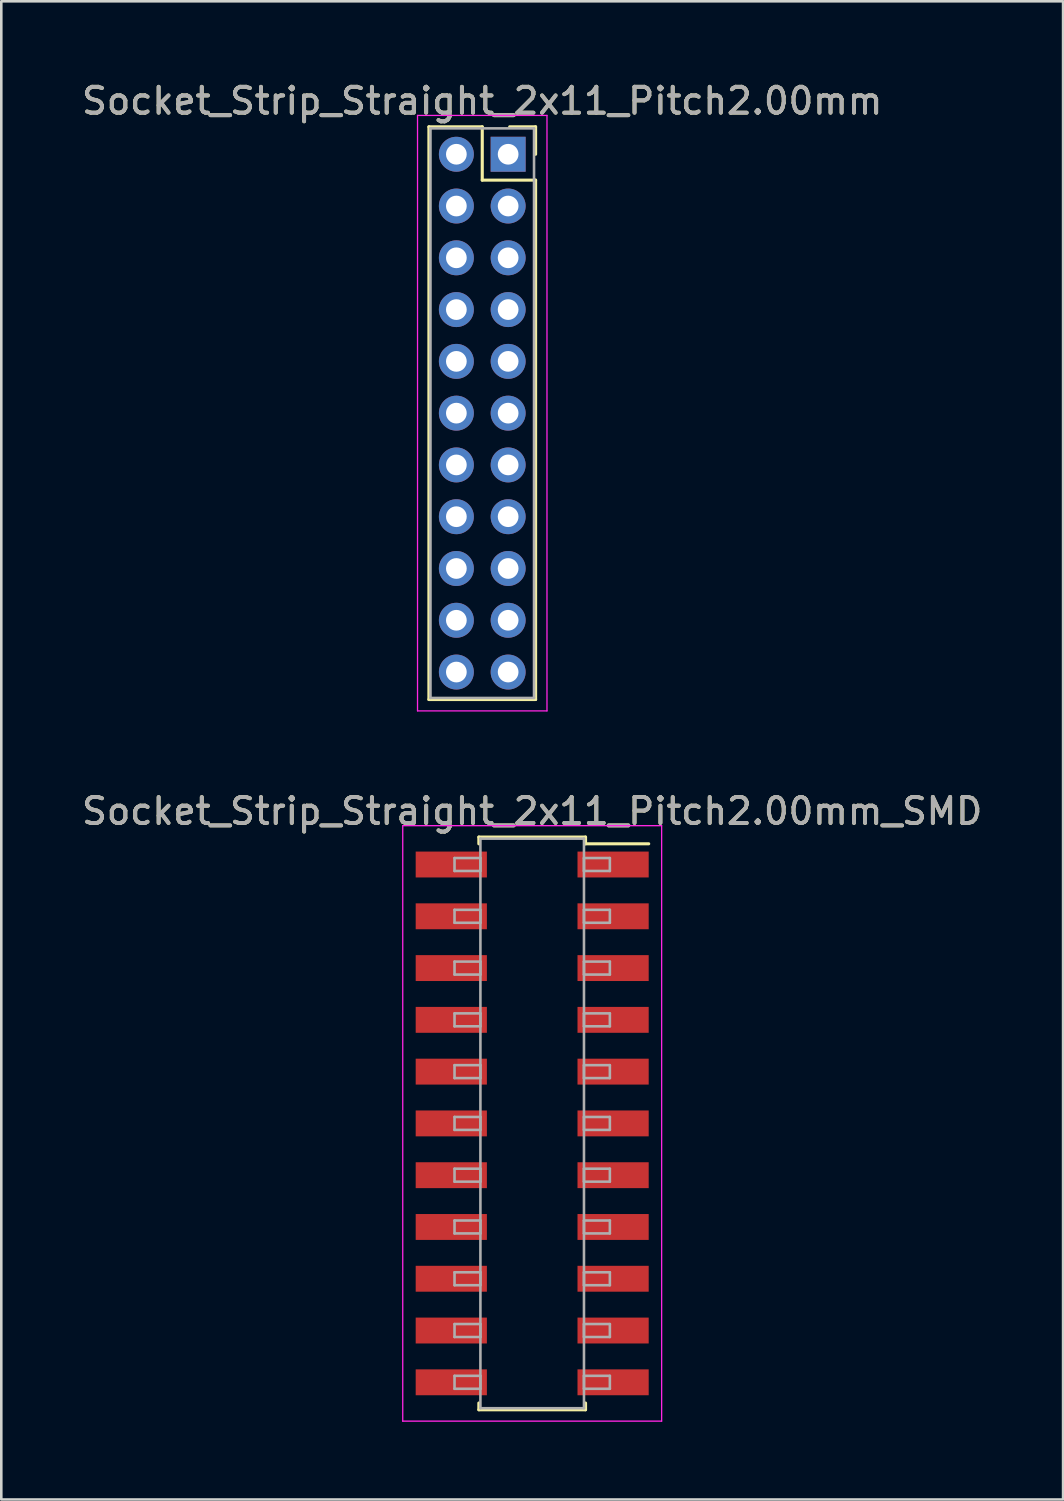
<source format=kicad_pcb>
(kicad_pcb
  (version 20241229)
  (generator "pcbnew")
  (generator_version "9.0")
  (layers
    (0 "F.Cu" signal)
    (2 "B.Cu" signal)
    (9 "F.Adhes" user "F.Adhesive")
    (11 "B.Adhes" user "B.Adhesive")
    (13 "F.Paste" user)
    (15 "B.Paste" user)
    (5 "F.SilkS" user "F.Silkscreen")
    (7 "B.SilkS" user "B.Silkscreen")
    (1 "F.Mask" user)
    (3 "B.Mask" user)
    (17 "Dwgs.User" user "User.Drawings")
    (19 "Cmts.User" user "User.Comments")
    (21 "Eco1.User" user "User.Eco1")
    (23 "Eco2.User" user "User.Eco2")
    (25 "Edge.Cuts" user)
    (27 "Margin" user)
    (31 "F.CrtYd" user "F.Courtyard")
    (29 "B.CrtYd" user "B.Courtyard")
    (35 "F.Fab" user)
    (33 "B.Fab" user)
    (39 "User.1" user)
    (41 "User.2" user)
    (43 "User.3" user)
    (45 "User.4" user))
  (footprint "Socket_Strip_Straight_2x11_Pitch2.00mm"
    (layer "F.Cu")
    (at 16.577 2.908)
    (property "Reference" "Socket_Strip_Straight_2x11_Pitch2.00mm" (at -1 -2.06 0) (layer "F.SilkS") (effects (font (size 1 1) (thickness 0.15))))
    (attr through_hole)
    (fp_line (start -3.06 -1.06) (end -1 -1.06) (stroke (width 0.12) (type solid)) (layer "F.SilkS"))
    (fp_line (start -3.06 21.06) (end -3.06 -1.06) (stroke (width 0.12) (type solid)) (layer "F.SilkS"))
    (fp_line (start -1 -1.06) (end -1 1) (stroke (width 0.12) (type solid)) (layer "F.SilkS"))
    (fp_line (start -1 1) (end 1.06 1) (stroke (width 0.12) (type solid)) (layer "F.SilkS"))
    (fp_line (start 1.06 -1.06) (end 0.06 -1.06) (stroke (width 0.12) (type solid)) (layer "F.SilkS"))
    (fp_line (start 1.06 0) (end 1.06 -1.06) (stroke (width 0.12) (type solid)) (layer "F.SilkS"))
    (fp_line (start 1.06 1) (end 1.06 21.06) (stroke (width 0.12) (type solid)) (layer "F.SilkS"))
    (fp_line (start 1.06 21.06) (end -3.06 21.06) (stroke (width 0.12) (type solid)) (layer "F.SilkS"))
    (fp_line (start -3.5 -1.5) (end -3.5 21.5) (stroke (width 0.05) (type solid)) (layer "F.CrtYd"))
    (fp_line (start -3.5 21.5) (end 1.5 21.5) (stroke (width 0.05) (type solid)) (layer "F.CrtYd"))
    (fp_line (start 1.5 -1.5) (end -3.5 -1.5) (stroke (width 0.05) (type solid)) (layer "F.CrtYd"))
    (fp_line (start 1.5 21.5) (end 1.5 -1.5) (stroke (width 0.05) (type solid)) (layer "F.CrtYd"))
    (fp_line (start -3 -1) (end -3 21) (stroke (width 0.1) (type solid)) (layer "F.Fab"))
    (fp_line (start -3 21) (end 1 21) (stroke (width 0.1) (type solid)) (layer "F.Fab"))
    (fp_line (start 1 -1) (end -3 -1) (stroke (width 0.1) (type solid)) (layer "F.Fab"))
    (fp_line (start 1 21) (end 1 -1) (stroke (width 0.1) (type solid)) (layer "F.Fab"))
    (fp_text user "${REFERENCE}" (at -1 -2.06 0) (layer "F.Fab") (effects (font (size 1 1) (thickness 0.15))))
    (pad "1" thru_hole rect (at 0 0) (size 1.35 1.35) (drill 0.8) (layers "*.Cu" "*.Mask"))
    (pad "2" thru_hole oval (at -2 0) (size 1.35 1.35) (drill 0.8) (layers "*.Cu" "*.Mask"))
    (pad "3" thru_hole oval (at 0 2) (size 1.35 1.35) (drill 0.8) (layers "*.Cu" "*.Mask"))
    (pad "4" thru_hole oval (at -2 2) (size 1.35 1.35) (drill 0.8) (layers "*.Cu" "*.Mask"))
    (pad "5" thru_hole oval (at 0 4) (size 1.35 1.35) (drill 0.8) (layers "*.Cu" "*.Mask"))
    (pad "6" thru_hole oval (at -2 4) (size 1.35 1.35) (drill 0.8) (layers "*.Cu" "*.Mask"))
    (pad "7" thru_hole oval (at 0 6) (size 1.35 1.35) (drill 0.8) (layers "*.Cu" "*.Mask"))
    (pad "8" thru_hole oval (at -2 6) (size 1.35 1.35) (drill 0.8) (layers "*.Cu" "*.Mask"))
    (pad "9" thru_hole oval (at 0 8) (size 1.35 1.35) (drill 0.8) (layers "*.Cu" "*.Mask"))
    (pad "10" thru_hole oval (at -2 8) (size 1.35 1.35) (drill 0.8) (layers "*.Cu" "*.Mask"))
    (pad "11" thru_hole oval (at 0 10) (size 1.35 1.35) (drill 0.8) (layers "*.Cu" "*.Mask"))
    (pad "12" thru_hole oval (at -2 10) (size 1.35 1.35) (drill 0.8) (layers "*.Cu" "*.Mask"))
    (pad "13" thru_hole oval (at 0 12) (size 1.35 1.35) (drill 0.8) (layers "*.Cu" "*.Mask"))
    (pad "14" thru_hole oval (at -2 12) (size 1.35 1.35) (drill 0.8) (layers "*.Cu" "*.Mask"))
    (pad "15" thru_hole oval (at 0 14) (size 1.35 1.35) (drill 0.8) (layers "*.Cu" "*.Mask"))
    (pad "16" thru_hole oval (at -2 14) (size 1.35 1.35) (drill 0.8) (layers "*.Cu" "*.Mask"))
    (pad "17" thru_hole oval (at 0 16) (size 1.35 1.35) (drill 0.8) (layers "*.Cu" "*.Mask"))
    (pad "18" thru_hole oval (at -2 16) (size 1.35 1.35) (drill 0.8) (layers "*.Cu" "*.Mask"))
    (pad "19" thru_hole oval (at 0 18) (size 1.35 1.35) (drill 0.8) (layers "*.Cu" "*.Mask"))
    (pad "20" thru_hole oval (at -2 18) (size 1.35 1.35) (drill 0.8) (layers "*.Cu" "*.Mask"))
    (pad "21" thru_hole oval (at 0 20) (size 1.35 1.35) (drill 0.8) (layers "*.Cu" "*.Mask"))
    (pad "22" thru_hole oval (at -2 20) (size 1.35 1.35) (drill 0.8) (layers "*.Cu" "*.Mask")))
  (footprint "Socket_Strip_Straight_2x11_Pitch2.00mm_SMD"
    (layer "F.Cu")
    (at 17.506 40.342)
    (property "Reference" "Socket_Strip_Straight_2x11_Pitch2.00mm_SMD" (at 0 -12.06 0) (layer "F.SilkS") (effects (font (size 1 1) (thickness 0.15))))
    (attr smd)
    (fp_line (start -2.06 -11.06) (end 2.06 -11.06) (stroke (width 0.12) (type solid)) (layer "F.SilkS"))
    (fp_line (start -2.06 -10.8) (end -2.06 -11.06) (stroke (width 0.12) (type solid)) (layer "F.SilkS"))
    (fp_line (start -2.06 10.8) (end -2.06 11.06) (stroke (width 0.12) (type solid)) (layer "F.SilkS"))
    (fp_line (start -2.06 11.06) (end 2.06 11.06) (stroke (width 0.12) (type solid)) (layer "F.SilkS"))
    (fp_line (start 2.06 -11.06) (end 2.06 -10.8) (stroke (width 0.12) (type solid)) (layer "F.SilkS"))
    (fp_line (start 2.06 11.06) (end 2.06 10.8) (stroke (width 0.12) (type solid)) (layer "F.SilkS"))
    (fp_line (start 4.5 -10.8) (end 2.06 -10.8) (stroke (width 0.12) (type solid)) (layer "F.SilkS"))
    (fp_line (start -5 -11.5) (end -5 11.5) (stroke (width 0.05) (type solid)) (layer "F.CrtYd"))
    (fp_line (start -5 11.5) (end 5 11.5) (stroke (width 0.05) (type solid)) (layer "F.CrtYd"))
    (fp_line (start 5 -11.5) (end -5 -11.5) (stroke (width 0.05) (type solid)) (layer "F.CrtYd"))
    (fp_line (start 5 11.5) (end 5 -11.5) (stroke (width 0.05) (type solid)) (layer "F.CrtYd"))
    (fp_line (start -3 -10.25) (end -2 -10.25) (stroke (width 0.1) (type solid)) (layer "F.Fab"))
    (fp_line (start -3 -9.75) (end -3 -10.25) (stroke (width 0.1) (type solid)) (layer "F.Fab"))
    (fp_line (start -3 -8.25) (end -2 -8.25) (stroke (width 0.1) (type solid)) (layer "F.Fab"))
    (fp_line (start -3 -7.75) (end -3 -8.25) (stroke (width 0.1) (type solid)) (layer "F.Fab"))
    (fp_line (start -3 -6.25) (end -2 -6.25) (stroke (width 0.1) (type solid)) (layer "F.Fab"))
    (fp_line (start -3 -5.75) (end -3 -6.25) (stroke (width 0.1) (type solid)) (layer "F.Fab"))
    (fp_line (start -3 -4.25) (end -2 -4.25) (stroke (width 0.1) (type solid)) (layer "F.Fab"))
    (fp_line (start -3 -3.75) (end -3 -4.25) (stroke (width 0.1) (type solid)) (layer "F.Fab"))
    (fp_line (start -3 -2.25) (end -2 -2.25) (stroke (width 0.1) (type solid)) (layer "F.Fab"))
    (fp_line (start -3 -1.75) (end -3 -2.25) (stroke (width 0.1) (type solid)) (layer "F.Fab"))
    (fp_line (start -3 -0.25) (end -2 -0.25) (stroke (width 0.1) (type solid)) (layer "F.Fab"))
    (fp_line (start -3 0.25) (end -3 -0.25) (stroke (width 0.1) (type solid)) (layer "F.Fab"))
    (fp_line (start -3 1.75) (end -2 1.75) (stroke (width 0.1) (type solid)) (layer "F.Fab"))
    (fp_line (start -3 2.25) (end -3 1.75) (stroke (width 0.1) (type solid)) (layer "F.Fab"))
    (fp_line (start -3 3.75) (end -2 3.75) (stroke (width 0.1) (type solid)) (layer "F.Fab"))
    (fp_line (start -3 4.25) (end -3 3.75) (stroke (width 0.1) (type solid)) (layer "F.Fab"))
    (fp_line (start -3 5.75) (end -2 5.75) (stroke (width 0.1) (type solid)) (layer "F.Fab"))
    (fp_line (start -3 6.25) (end -3 5.75) (stroke (width 0.1) (type solid)) (layer "F.Fab"))
    (fp_line (start -3 7.75) (end -2 7.75) (stroke (width 0.1) (type solid)) (layer "F.Fab"))
    (fp_line (start -3 8.25) (end -3 7.75) (stroke (width 0.1) (type solid)) (layer "F.Fab"))
    (fp_line (start -3 9.75) (end -2 9.75) (stroke (width 0.1) (type solid)) (layer "F.Fab"))
    (fp_line (start -3 10.25) (end -3 9.75) (stroke (width 0.1) (type solid)) (layer "F.Fab"))
    (fp_line (start -2 -11) (end -2 11) (stroke (width 0.1) (type solid)) (layer "F.Fab"))
    (fp_line (start -2 -10.25) (end -2 -9.75) (stroke (width 0.1) (type solid)) (layer "F.Fab"))
    (fp_line (start -2 -9.75) (end -3 -9.75) (stroke (width 0.1) (type solid)) (layer "F.Fab"))
    (fp_line (start -2 -8.25) (end -2 -7.75) (stroke (width 0.1) (type solid)) (layer "F.Fab"))
    (fp_line (start -2 -7.75) (end -3 -7.75) (stroke (width 0.1) (type solid)) (layer "F.Fab"))
    (fp_line (start -2 -6.25) (end -2 -5.75) (stroke (width 0.1) (type solid)) (layer "F.Fab"))
    (fp_line (start -2 -5.75) (end -3 -5.75) (stroke (width 0.1) (type solid)) (layer "F.Fab"))
    (fp_line (start -2 -4.25) (end -2 -3.75) (stroke (width 0.1) (type solid)) (layer "F.Fab"))
    (fp_line (start -2 -3.75) (end -3 -3.75) (stroke (width 0.1) (type solid)) (layer "F.Fab"))
    (fp_line (start -2 -2.25) (end -2 -1.75) (stroke (width 0.1) (type solid)) (layer "F.Fab"))
    (fp_line (start -2 -1.75) (end -3 -1.75) (stroke (width 0.1) (type solid)) (layer "F.Fab"))
    (fp_line (start -2 -0.25) (end -2 0.25) (stroke (width 0.1) (type solid)) (layer "F.Fab"))
    (fp_line (start -2 0.25) (end -3 0.25) (stroke (width 0.1) (type solid)) (layer "F.Fab"))
    (fp_line (start -2 1.75) (end -2 2.25) (stroke (width 0.1) (type solid)) (layer "F.Fab"))
    (fp_line (start -2 2.25) (end -3 2.25) (stroke (width 0.1) (type solid)) (layer "F.Fab"))
    (fp_line (start -2 3.75) (end -2 4.25) (stroke (width 0.1) (type solid)) (layer "F.Fab"))
    (fp_line (start -2 4.25) (end -3 4.25) (stroke (width 0.1) (type solid)) (layer "F.Fab"))
    (fp_line (start -2 5.75) (end -2 6.25) (stroke (width 0.1) (type solid)) (layer "F.Fab"))
    (fp_line (start -2 6.25) (end -3 6.25) (stroke (width 0.1) (type solid)) (layer "F.Fab"))
    (fp_line (start -2 7.75) (end -2 8.25) (stroke (width 0.1) (type solid)) (layer "F.Fab"))
    (fp_line (start -2 8.25) (end -3 8.25) (stroke (width 0.1) (type solid)) (layer "F.Fab"))
    (fp_line (start -2 9.75) (end -2 10.25) (stroke (width 0.1) (type solid)) (layer "F.Fab"))
    (fp_line (start -2 10.25) (end -3 10.25) (stroke (width 0.1) (type solid)) (layer "F.Fab"))
    (fp_line (start -2 11) (end 2 11) (stroke (width 0.1) (type solid)) (layer "F.Fab"))
    (fp_line (start 2 -11) (end -2 -11) (stroke (width 0.1) (type solid)) (layer "F.Fab"))
    (fp_line (start 2 -10.25) (end 2 -9.75) (stroke (width 0.1) (type solid)) (layer "F.Fab"))
    (fp_line (start 2 -9.75) (end 3 -9.75) (stroke (width 0.1) (type solid)) (layer "F.Fab"))
    (fp_line (start 2 -8.25) (end 2 -7.75) (stroke (width 0.1) (type solid)) (layer "F.Fab"))
    (fp_line (start 2 -7.75) (end 3 -7.75) (stroke (width 0.1) (type solid)) (layer "F.Fab"))
    (fp_line (start 2 -6.25) (end 2 -5.75) (stroke (width 0.1) (type solid)) (layer "F.Fab"))
    (fp_line (start 2 -5.75) (end 3 -5.75) (stroke (width 0.1) (type solid)) (layer "F.Fab"))
    (fp_line (start 2 -4.25) (end 2 -3.75) (stroke (width 0.1) (type solid)) (layer "F.Fab"))
    (fp_line (start 2 -3.75) (end 3 -3.75) (stroke (width 0.1) (type solid)) (layer "F.Fab"))
    (fp_line (start 2 -2.25) (end 2 -1.75) (stroke (width 0.1) (type solid)) (layer "F.Fab"))
    (fp_line (start 2 -1.75) (end 3 -1.75) (stroke (width 0.1) (type solid)) (layer "F.Fab"))
    (fp_line (start 2 -0.25) (end 2 0.25) (stroke (width 0.1) (type solid)) (layer "F.Fab"))
    (fp_line (start 2 0.25) (end 3 0.25) (stroke (width 0.1) (type solid)) (layer "F.Fab"))
    (fp_line (start 2 1.75) (end 2 2.25) (stroke (width 0.1) (type solid)) (layer "F.Fab"))
    (fp_line (start 2 2.25) (end 3 2.25) (stroke (width 0.1) (type solid)) (layer "F.Fab"))
    (fp_line (start 2 3.75) (end 2 4.25) (stroke (width 0.1) (type solid)) (layer "F.Fab"))
    (fp_line (start 2 4.25) (end 3 4.25) (stroke (width 0.1) (type solid)) (layer "F.Fab"))
    (fp_line (start 2 5.75) (end 2 6.25) (stroke (width 0.1) (type solid)) (layer "F.Fab"))
    (fp_line (start 2 6.25) (end 3 6.25) (stroke (width 0.1) (type solid)) (layer "F.Fab"))
    (fp_line (start 2 7.75) (end 2 8.25) (stroke (width 0.1) (type solid)) (layer "F.Fab"))
    (fp_line (start 2 8.25) (end 3 8.25) (stroke (width 0.1) (type solid)) (layer "F.Fab"))
    (fp_line (start 2 9.75) (end 2 10.25) (stroke (width 0.1) (type solid)) (layer "F.Fab"))
    (fp_line (start 2 10.25) (end 3 10.25) (stroke (width 0.1) (type solid)) (layer "F.Fab"))
    (fp_line (start 2 11) (end 2 -11) (stroke (width 0.1) (type solid)) (layer "F.Fab"))
    (fp_line (start 3 -10.25) (end 2 -10.25) (stroke (width 0.1) (type solid)) (layer "F.Fab"))
    (fp_line (start 3 -9.75) (end 3 -10.25) (stroke (width 0.1) (type solid)) (layer "F.Fab"))
    (fp_line (start 3 -8.25) (end 2 -8.25) (stroke (width 0.1) (type solid)) (layer "F.Fab"))
    (fp_line (start 3 -7.75) (end 3 -8.25) (stroke (width 0.1) (type solid)) (layer "F.Fab"))
    (fp_line (start 3 -6.25) (end 2 -6.25) (stroke (width 0.1) (type solid)) (layer "F.Fab"))
    (fp_line (start 3 -5.75) (end 3 -6.25) (stroke (width 0.1) (type solid)) (layer "F.Fab"))
    (fp_line (start 3 -4.25) (end 2 -4.25) (stroke (width 0.1) (type solid)) (layer "F.Fab"))
    (fp_line (start 3 -3.75) (end 3 -4.25) (stroke (width 0.1) (type solid)) (layer "F.Fab"))
    (fp_line (start 3 -2.25) (end 2 -2.25) (stroke (width 0.1) (type solid)) (layer "F.Fab"))
    (fp_line (start 3 -1.75) (end 3 -2.25) (stroke (width 0.1) (type solid)) (layer "F.Fab"))
    (fp_line (start 3 -0.25) (end 2 -0.25) (stroke (width 0.1) (type solid)) (layer "F.Fab"))
    (fp_line (start 3 0.25) (end 3 -0.25) (stroke (width 0.1) (type solid)) (layer "F.Fab"))
    (fp_line (start 3 1.75) (end 2 1.75) (stroke (width 0.1) (type solid)) (layer "F.Fab"))
    (fp_line (start 3 2.25) (end 3 1.75) (stroke (width 0.1) (type solid)) (layer "F.Fab"))
    (fp_line (start 3 3.75) (end 2 3.75) (stroke (width 0.1) (type solid)) (layer "F.Fab"))
    (fp_line (start 3 4.25) (end 3 3.75) (stroke (width 0.1) (type solid)) (layer "F.Fab"))
    (fp_line (start 3 5.75) (end 2 5.75) (stroke (width 0.1) (type solid)) (layer "F.Fab"))
    (fp_line (start 3 6.25) (end 3 5.75) (stroke (width 0.1) (type solid)) (layer "F.Fab"))
    (fp_line (start 3 7.75) (end 2 7.75) (stroke (width 0.1) (type solid)) (layer "F.Fab"))
    (fp_line (start 3 8.25) (end 3 7.75) (stroke (width 0.1) (type solid)) (layer "F.Fab"))
    (fp_line (start 3 9.75) (end 2 9.75) (stroke (width 0.1) (type solid)) (layer "F.Fab"))
    (fp_line (start 3 10.25) (end 3 9.75) (stroke (width 0.1) (type solid)) (layer "F.Fab"))
    (fp_text user "${REFERENCE}" (at 0 -12.06 0) (layer "F.Fab") (effects (font (size 1 1) (thickness 0.15))))
    (pad "1" smd rect (at 3.125 -10) (size 2.75 1) (layers "F.Cu" "F.Mask" "F.Paste"))
    (pad "2" smd rect (at -3.125 -10) (size 2.75 1) (layers "F.Cu" "F.Mask" "F.Paste"))
    (pad "3" smd rect (at 3.125 -8) (size 2.75 1) (layers "F.Cu" "F.Mask" "F.Paste"))
    (pad "4" smd rect (at -3.125 -8) (size 2.75 1) (layers "F.Cu" "F.Mask" "F.Paste"))
    (pad "5" smd rect (at 3.125 -6) (size 2.75 1) (layers "F.Cu" "F.Mask" "F.Paste"))
    (pad "6" smd rect (at -3.125 -6) (size 2.75 1) (layers "F.Cu" "F.Mask" "F.Paste"))
    (pad "7" smd rect (at 3.125 -4) (size 2.75 1) (layers "F.Cu" "F.Mask" "F.Paste"))
    (pad "8" smd rect (at -3.125 -4) (size 2.75 1) (layers "F.Cu" "F.Mask" "F.Paste"))
    (pad "9" smd rect (at 3.125 -2) (size 2.75 1) (layers "F.Cu" "F.Mask" "F.Paste"))
    (pad "10" smd rect (at -3.125 -2) (size 2.75 1) (layers "F.Cu" "F.Mask" "F.Paste"))
    (pad "11" smd rect (at 3.125 0) (size 2.75 1) (layers "F.Cu" "F.Mask" "F.Paste"))
    (pad "12" smd rect (at -3.125 0) (size 2.75 1) (layers "F.Cu" "F.Mask" "F.Paste"))
    (pad "13" smd rect (at 3.125 2) (size 2.75 1) (layers "F.Cu" "F.Mask" "F.Paste"))
    (pad "14" smd rect (at -3.125 2) (size 2.75 1) (layers "F.Cu" "F.Mask" "F.Paste"))
    (pad "15" smd rect (at 3.125 4) (size 2.75 1) (layers "F.Cu" "F.Mask" "F.Paste"))
    (pad "16" smd rect (at -3.125 4) (size 2.75 1) (layers "F.Cu" "F.Mask" "F.Paste"))
    (pad "17" smd rect (at 3.125 6) (size 2.75 1) (layers "F.Cu" "F.Mask" "F.Paste"))
    (pad "18" smd rect (at -3.125 6) (size 2.75 1) (layers "F.Cu" "F.Mask" "F.Paste"))
    (pad "19" smd rect (at 3.125 8) (size 2.75 1) (layers "F.Cu" "F.Mask" "F.Paste"))
    (pad "20" smd rect (at -3.125 8) (size 2.75 1) (layers "F.Cu" "F.Mask" "F.Paste"))
    (pad "21" smd rect (at 3.125 10) (size 2.75 1) (layers "F.Cu" "F.Mask" "F.Paste"))
    (pad "22" smd rect (at -3.125 10) (size 2.75 1) (layers "F.Cu" "F.Mask" "F.Paste")))
  (gr_rect
    (start -3 -3)
    (end 38.012 54.867)
    (stroke (width 0.1) (type default))
    (fill no)
    (layer "Edge.Cuts")))
</source>
